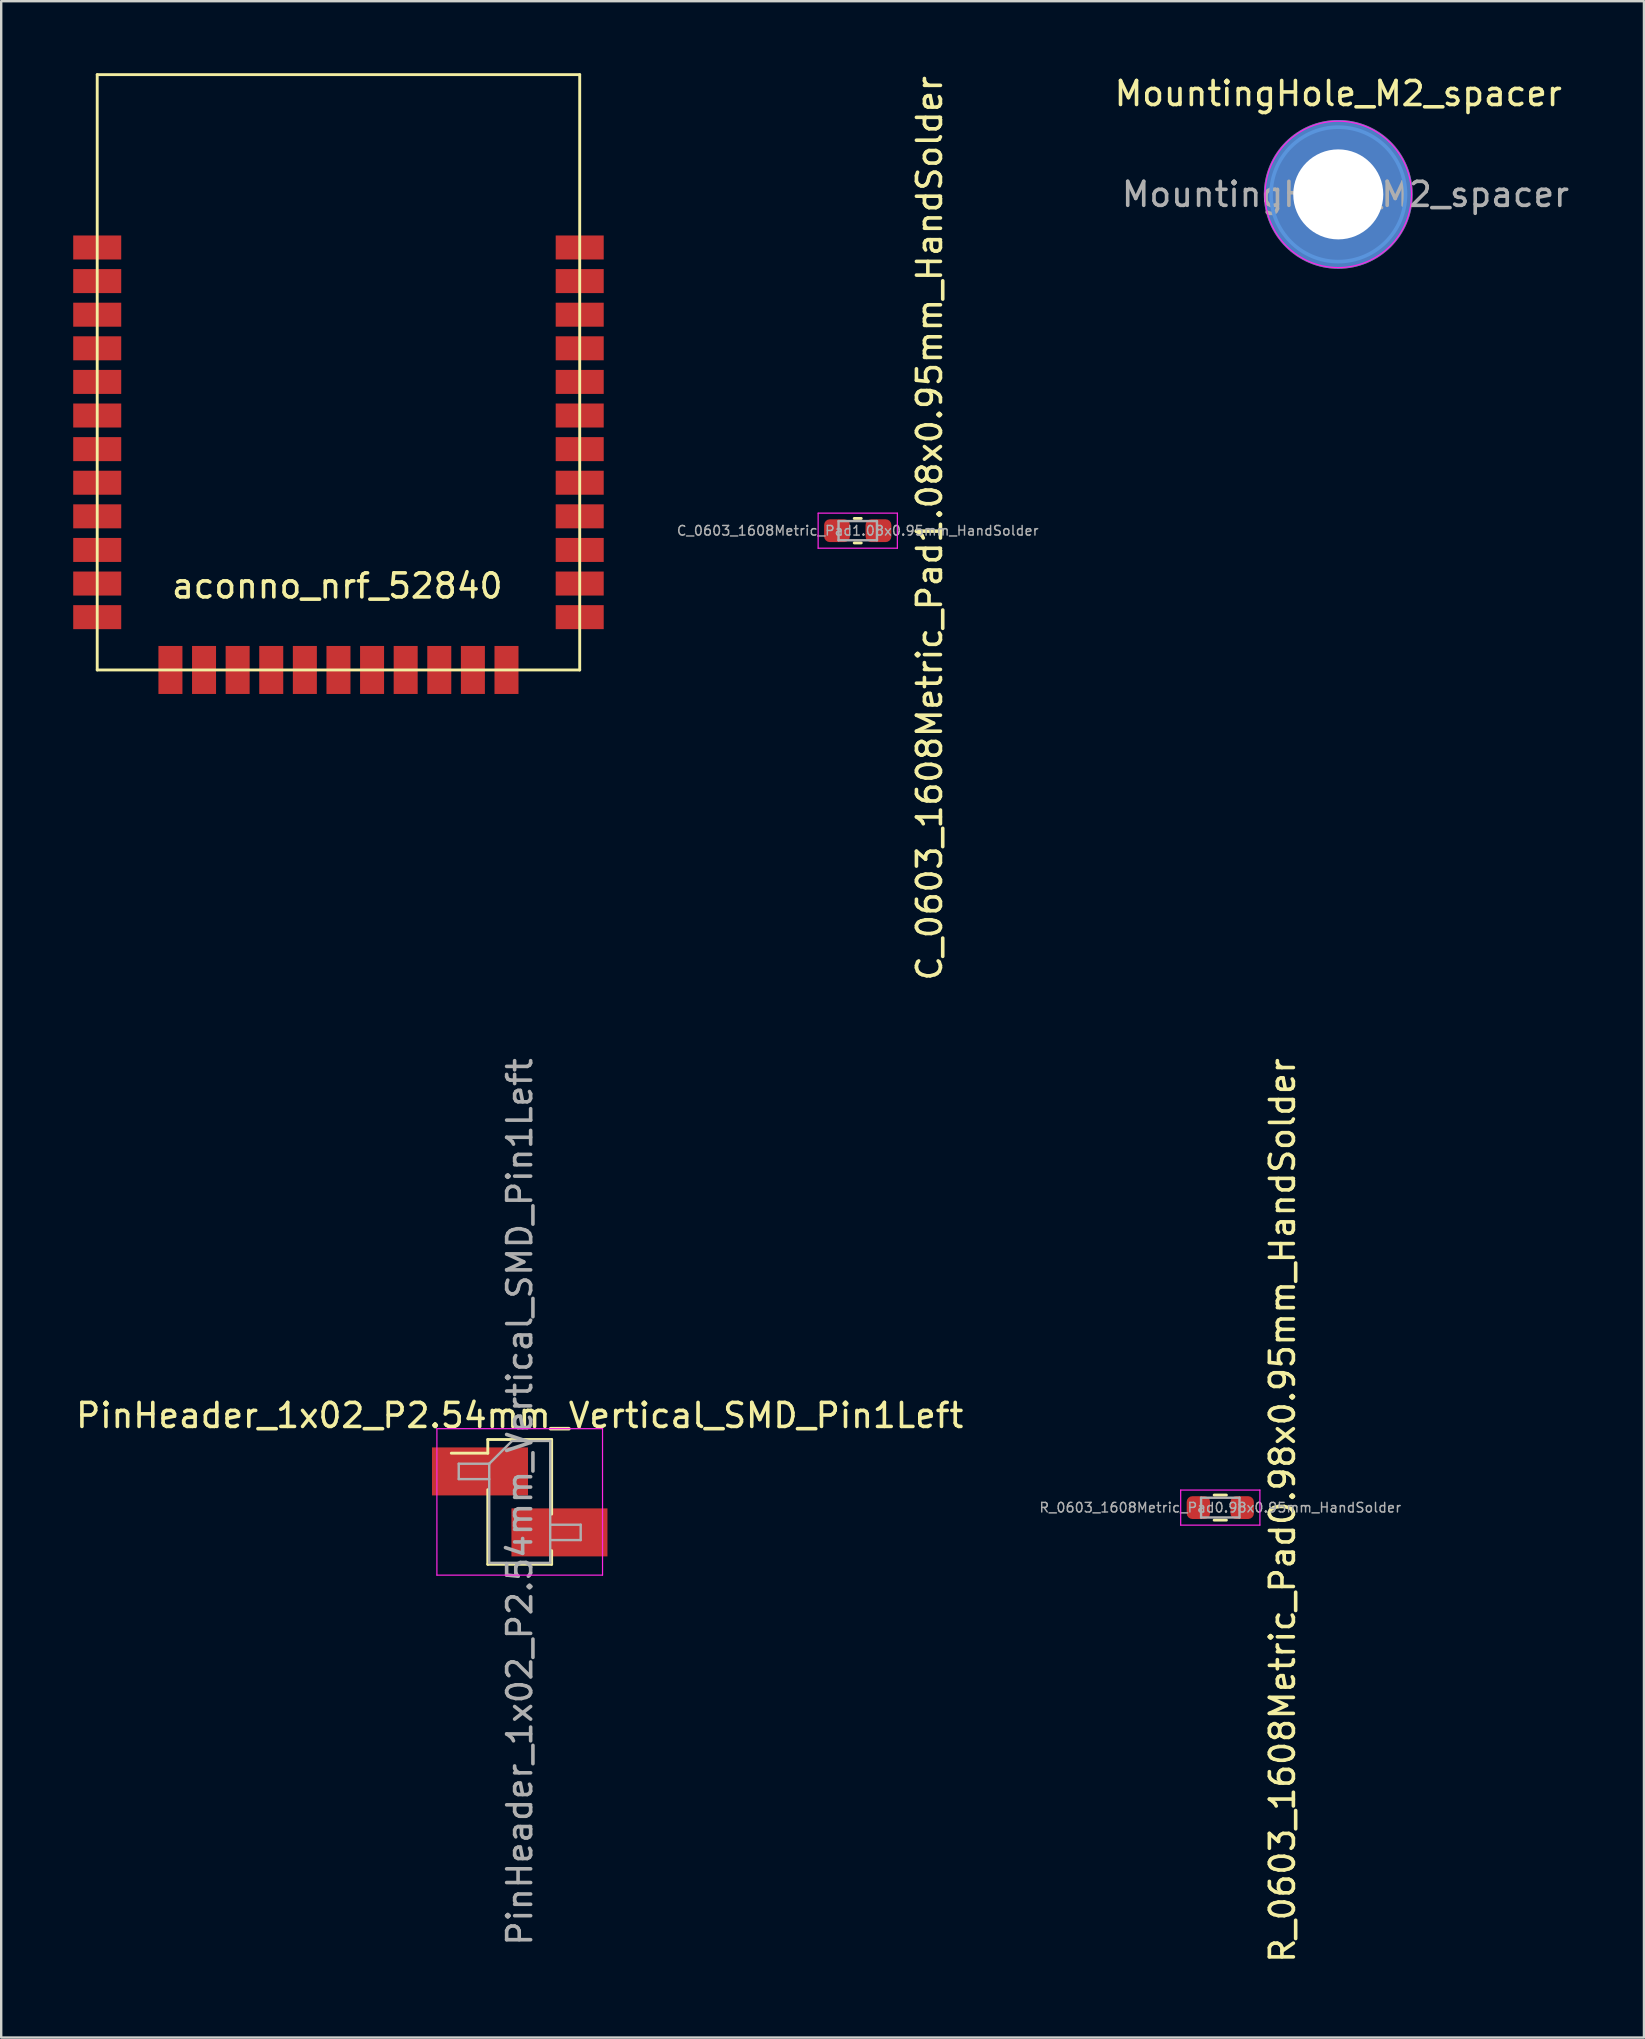
<source format=kicad_pcb>
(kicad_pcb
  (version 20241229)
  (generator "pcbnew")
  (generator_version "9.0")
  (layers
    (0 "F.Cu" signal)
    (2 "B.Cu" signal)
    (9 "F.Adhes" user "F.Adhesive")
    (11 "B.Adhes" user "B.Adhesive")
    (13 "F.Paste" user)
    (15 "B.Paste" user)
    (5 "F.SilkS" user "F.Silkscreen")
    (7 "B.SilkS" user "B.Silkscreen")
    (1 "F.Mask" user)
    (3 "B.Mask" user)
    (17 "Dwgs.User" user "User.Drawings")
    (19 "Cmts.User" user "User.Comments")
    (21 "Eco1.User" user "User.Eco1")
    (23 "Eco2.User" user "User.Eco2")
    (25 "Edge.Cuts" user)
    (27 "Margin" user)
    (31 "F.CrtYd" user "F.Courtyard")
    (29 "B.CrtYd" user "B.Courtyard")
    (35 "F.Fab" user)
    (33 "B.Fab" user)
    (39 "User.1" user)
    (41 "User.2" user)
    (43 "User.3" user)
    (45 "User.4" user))
  (footprint "aconno_nrf_52840"
    (layer "F.Cu")
    (at 11 20.86)
    (property "Reference" "aconno_nrf_52840" (at 0 0.5 180) (layer "F.SilkS") (effects (font (size 1 1) (thickness 0.15))))
    (attr through_hole)
    (fp_line (start -10 -20.8) (end -10 4) (stroke (width 0.12) (type solid)) (layer "F.SilkS"))
    (fp_line (start -10 4) (end 10.1 4) (stroke (width 0.12) (type solid)) (layer "F.SilkS"))
    (fp_line (start 10.1 -20.8) (end -10 -20.8) (stroke (width 0.12) (type solid)) (layer "F.SilkS"))
    (fp_line (start 10.1 4) (end 10.1 -20.8) (stroke (width 0.12) (type solid)) (layer "F.SilkS"))
    (pad "1" smd rect (at -10 -13.6 90) (size 1 2) (layers "F.Cu" "F.Mask" "F.Paste"))
    (pad "2" smd rect (at -10 -12.2 90) (size 1 2) (layers "F.Cu" "F.Mask" "F.Paste"))
    (pad "3" smd rect (at -10 -10.8 90) (size 1 2) (layers "F.Cu" "F.Mask" "F.Paste"))
    (pad "4" smd rect (at -10 -9.4 90) (size 1 2) (layers "F.Cu" "F.Mask" "F.Paste"))
    (pad "5" smd rect (at -10 -8 90) (size 1 2) (layers "F.Cu" "F.Mask" "F.Paste"))
    (pad "6" smd rect (at -10 -6.6 90) (size 1 2) (layers "F.Cu" "F.Mask" "F.Paste"))
    (pad "7" smd rect (at -10 -5.2 90) (size 1 2) (layers "F.Cu" "F.Mask" "F.Paste"))
    (pad "8" smd rect (at -10 -3.8 90) (size 1 2) (layers "F.Cu" "F.Mask" "F.Paste"))
    (pad "9" smd rect (at -10 -2.4 90) (size 1 2) (layers "F.Cu" "F.Mask" "F.Paste"))
    (pad "10" smd rect (at -10 -1 90) (size 1 2) (layers "F.Cu" "F.Mask" "F.Paste"))
    (pad "11" smd rect (at -10 0.4 90) (size 1 2) (layers "F.Cu" "F.Mask" "F.Paste"))
    (pad "12" smd rect (at -10 1.8 90) (size 1 2) (layers "F.Cu" "F.Mask" "F.Paste"))
    (pad "13" smd rect (at -6.95 4) (size 1 2) (layers "F.Cu" "F.Mask" "F.Paste"))
    (pad "14" smd rect (at -5.55 4) (size 1 2) (layers "F.Cu" "F.Mask" "F.Paste"))
    (pad "15" smd rect (at -4.15 4) (size 1 2) (layers "F.Cu" "F.Mask" "F.Paste"))
    (pad "16" smd rect (at -2.75 4) (size 1 2) (layers "F.Cu" "F.Mask" "F.Paste"))
    (pad "17" smd rect (at -1.35 4) (size 1 2) (layers "F.Cu" "F.Mask" "F.Paste"))
    (pad "18" smd rect (at 0.05 4) (size 1 2) (layers "F.Cu" "F.Mask" "F.Paste"))
    (pad "19" smd rect (at 1.45 4) (size 1 2) (layers "F.Cu" "F.Mask" "F.Paste"))
    (pad "20" smd rect (at 2.85 4) (size 1 2) (layers "F.Cu" "F.Mask" "F.Paste"))
    (pad "21" smd rect (at 4.25 4) (size 1 2) (layers "F.Cu" "F.Mask" "F.Paste"))
    (pad "22" smd rect (at 5.65 4) (size 1 2) (layers "F.Cu" "F.Mask" "F.Paste"))
    (pad "23" smd rect (at 7.05 4) (size 1 2) (layers "F.Cu" "F.Mask" "F.Paste"))
    (pad "24" smd rect (at 10.1 1.8 270) (size 1 2) (layers "F.Cu" "F.Mask" "F.Paste"))
    (pad "25" smd rect (at 10.1 0.4 270) (size 1 2) (layers "F.Cu" "F.Mask" "F.Paste"))
    (pad "26" smd rect (at 10.1 -1 270) (size 1 2) (layers "F.Cu" "F.Mask" "F.Paste"))
    (pad "27" smd rect (at 10.1 -2.4 270) (size 1 2) (layers "F.Cu" "F.Mask" "F.Paste"))
    (pad "28" smd rect (at 10.1 -3.8 270) (size 1 2) (layers "F.Cu" "F.Mask" "F.Paste"))
    (pad "29" smd rect (at 10.1 -5.2 270) (size 1 2) (layers "F.Cu" "F.Mask" "F.Paste"))
    (pad "30" smd rect (at 10.1 -6.6 270) (size 1 2) (layers "F.Cu" "F.Mask" "F.Paste"))
    (pad "31" smd rect (at 10.1 -8 270) (size 1 2) (layers "F.Cu" "F.Mask" "F.Paste"))
    (pad "32" smd rect (at 10.1 -9.4 270) (size 1 2) (layers "F.Cu" "F.Mask" "F.Paste"))
    (pad "33" smd rect (at 10.1 -10.8 270) (size 1 2) (layers "F.Cu" "F.Mask" "F.Paste"))
    (pad "34" smd rect (at 10.1 -12.2 270) (size 1 2) (layers "F.Cu" "F.Mask" "F.Paste"))
    (pad "35" smd rect (at 10.1 -13.6 270) (size 1 2) (layers "F.Cu" "F.Mask" "F.Paste")))
  (footprint "MountingHole_M2_spacer"
    (layer "F.Cu")
    (at 52.701 5.048)
    (property "Reference" "MountingHole_M2_spacer" (at 0 -4.2 0) (layer "F.SilkS") (effects (font (size 1 1) (thickness 0.15))))
    (attr exclude_from_pos_files exclude_from_bom)
    (fp_circle (center 0 0) (end 2.8 0) (stroke (width 0.15) (type solid)) (fill no) (layer "Cmts.User"))
    (fp_circle (center 0 0) (end 3.05 0) (stroke (width 0.05) (type solid)) (fill no) (layer "F.CrtYd"))
    (fp_text user "${REFERENCE}" (at 0.3 0 0) (layer "F.Fab") (effects (font (size 1 1) (thickness 0.15))))
    (pad "1" thru_hole circle (at 0 0) (size 6.2 6.2) (drill 3.75) (layers "*.Cu" "*.Mask")))
  (footprint "PinHeader_1x02_P2.54mm_Vertical_SMD_Pin1Left"
    (layer "F.Cu")
    (at 18.601 59.518)
    (property "Reference" "PinHeader_1x02_P2.54mm_Vertical_SMD_Pin1Left" (at 0 -3.6 180) (layer "F.SilkS") (effects (font (size 1 1) (thickness 0.15))))
    (attr smd)
    (fp_line (start -1.33 -2.6) (end -1.33 -2.03) (stroke (width 0.12) (type solid)) (layer "F.SilkS"))
    (fp_line (start -1.33 -2.6) (end 1.33 -2.6) (stroke (width 0.12) (type solid)) (layer "F.SilkS"))
    (fp_line (start -1.33 -2.03) (end -2.85 -2.03) (stroke (width 0.12) (type solid)) (layer "F.SilkS"))
    (fp_line (start -1.33 -0.51) (end -1.33 2.6) (stroke (width 0.12) (type solid)) (layer "F.SilkS"))
    (fp_line (start -1.33 2.6) (end 1.33 2.6) (stroke (width 0.12) (type solid)) (layer "F.SilkS"))
    (fp_line (start 1.33 -2.6) (end 1.33 0.51) (stroke (width 0.12) (type solid)) (layer "F.SilkS"))
    (fp_line (start 1.33 2.03) (end 1.33 2.6) (stroke (width 0.12) (type solid)) (layer "F.SilkS"))
    (fp_line (start -3.45 -3.05) (end -3.45 3.05) (stroke (width 0.05) (type solid)) (layer "F.CrtYd"))
    (fp_line (start -3.45 3.05) (end 3.45 3.05) (stroke (width 0.05) (type solid)) (layer "F.CrtYd"))
    (fp_line (start 3.45 -3.05) (end -3.45 -3.05) (stroke (width 0.05) (type solid)) (layer "F.CrtYd"))
    (fp_line (start 3.45 3.05) (end 3.45 -3.05) (stroke (width 0.05) (type solid)) (layer "F.CrtYd"))
    (fp_line (start -2.54 -1.59) (end -2.54 -0.95) (stroke (width 0.1) (type solid)) (layer "F.Fab"))
    (fp_line (start -2.54 -0.95) (end -1.27 -0.95) (stroke (width 0.1) (type solid)) (layer "F.Fab"))
    (fp_line (start -1.27 -1.59) (end -2.54 -1.59) (stroke (width 0.1) (type solid)) (layer "F.Fab"))
    (fp_line (start -1.27 -1.59) (end -0.32 -2.54) (stroke (width 0.1) (type solid)) (layer "F.Fab"))
    (fp_line (start -1.27 2.54) (end -1.27 -1.59) (stroke (width 0.1) (type solid)) (layer "F.Fab"))
    (fp_line (start -0.32 -2.54) (end 1.27 -2.54) (stroke (width 0.1) (type solid)) (layer "F.Fab"))
    (fp_line (start 1.27 -2.54) (end 1.27 2.54) (stroke (width 0.1) (type solid)) (layer "F.Fab"))
    (fp_line (start 1.27 0.95) (end 2.54 0.95) (stroke (width 0.1) (type solid)) (layer "F.Fab"))
    (fp_line (start 1.27 2.54) (end -1.27 2.54) (stroke (width 0.1) (type solid)) (layer "F.Fab"))
    (fp_line (start 2.54 0.95) (end 2.54 1.59) (stroke (width 0.1) (type solid)) (layer "F.Fab"))
    (fp_line (start 2.54 1.59) (end 1.27 1.59) (stroke (width 0.1) (type solid)) (layer "F.Fab"))
    (fp_text user "${REFERENCE}" (at 0 0 90) (layer "F.Fab") (effects (font (size 1 1) (thickness 0.15))))
    (pad "1" smd rect (at -1.655 -1.27) (size 4 2) (layers "F.Cu" "F.Mask" "F.Paste"))
    (pad "2" smd rect (at 1.655 1.27) (size 4 2) (layers "F.Cu" "F.Mask" "F.Paste")))
  (footprint "R_0603_1608Metric_Pad0.98x0.95mm_HandSolder"
    (layer "F.Cu")
    (at 47.786 59.755)
    (property "Reference" "R_0603_1608Metric_Pad0.98x0.95mm_HandSolder" (at 2.59 0.12 90) (layer "F.SilkS") (effects (font (size 1 1) (thickness 0.15))))
    (attr smd)
    (fp_line (start -0.255 -0.522) (end 0.255 -0.522) (stroke (width 0.12) (type solid)) (layer "F.SilkS"))
    (fp_line (start -0.255 0.522) (end 0.255 0.522) (stroke (width 0.12) (type solid)) (layer "F.SilkS"))
    (fp_line (start -1.65 -0.73) (end 1.65 -0.73) (stroke (width 0.05) (type solid)) (layer "F.CrtYd"))
    (fp_line (start -1.65 0.73) (end -1.65 -0.73) (stroke (width 0.05) (type solid)) (layer "F.CrtYd"))
    (fp_line (start 1.65 -0.73) (end 1.65 0.73) (stroke (width 0.05) (type solid)) (layer "F.CrtYd"))
    (fp_line (start 1.65 0.73) (end -1.65 0.73) (stroke (width 0.05) (type solid)) (layer "F.CrtYd"))
    (fp_line (start -0.8 -0.412) (end 0.8 -0.412) (stroke (width 0.1) (type solid)) (layer "F.Fab"))
    (fp_line (start -0.8 0.412) (end -0.8 -0.412) (stroke (width 0.1) (type solid)) (layer "F.Fab"))
    (fp_line (start 0.8 -0.412) (end 0.8 0.412) (stroke (width 0.1) (type solid)) (layer "F.Fab"))
    (fp_line (start 0.8 0.412) (end -0.8 0.412) (stroke (width 0.1) (type solid)) (layer "F.Fab"))
    (fp_text user "${REFERENCE}" (at 0 0 0) (layer "F.Fab") (effects (font (size 0.4 0.4) (thickness 0.06))))
    (pad "1" smd roundrect (at -0.912 0) (size 0.975 0.95) (layers "F.Cu" "F.Mask" "F.Paste") (roundrect_rratio 0.25))
    (pad "2" smd roundrect (at 0.912 0) (size 0.975 0.95) (layers "F.Cu" "F.Mask" "F.Paste") (roundrect_rratio 0.25)))
  (footprint "C_0603_1608Metric_Pad1.08x0.95mm_HandSolder"
    (layer "F.Cu")
    (at 32.683 19.058)
    (property "Reference" "C_0603_1608Metric_Pad1.08x0.95mm_HandSolder" (at 2.99 -0.1 90) (layer "F.SilkS") (effects (font (size 1 1) (thickness 0.15))))
    (attr smd)
    (fp_line (start -0.146 -0.51) (end 0.146 -0.51) (stroke (width 0.12) (type solid)) (layer "F.SilkS"))
    (fp_line (start -0.146 0.51) (end 0.146 0.51) (stroke (width 0.12) (type solid)) (layer "F.SilkS"))
    (fp_line (start -1.65 -0.73) (end 1.65 -0.73) (stroke (width 0.05) (type solid)) (layer "F.CrtYd"))
    (fp_line (start -1.65 0.73) (end -1.65 -0.73) (stroke (width 0.05) (type solid)) (layer "F.CrtYd"))
    (fp_line (start 1.65 -0.73) (end 1.65 0.73) (stroke (width 0.05) (type solid)) (layer "F.CrtYd"))
    (fp_line (start 1.65 0.73) (end -1.65 0.73) (stroke (width 0.05) (type solid)) (layer "F.CrtYd"))
    (fp_line (start -0.8 -0.4) (end 0.8 -0.4) (stroke (width 0.1) (type solid)) (layer "F.Fab"))
    (fp_line (start -0.8 0.4) (end -0.8 -0.4) (stroke (width 0.1) (type solid)) (layer "F.Fab"))
    (fp_line (start 0.8 -0.4) (end 0.8 0.4) (stroke (width 0.1) (type solid)) (layer "F.Fab"))
    (fp_line (start 0.8 0.4) (end -0.8 0.4) (stroke (width 0.1) (type solid)) (layer "F.Fab"))
    (fp_text user "${REFERENCE}" (at 0 0 180) (layer "F.Fab") (effects (font (size 0.4 0.4) (thickness 0.06))))
    (pad "1" smd roundrect (at -0.863 0) (size 1.075 0.95) (layers "F.Cu" "F.Mask" "F.Paste") (roundrect_rratio 0.25))
    (pad "2" smd roundrect (at 0.863 0) (size 1.075 0.95) (layers "F.Cu" "F.Mask" "F.Paste") (roundrect_rratio 0.25)))
  (gr_rect
    (start -3 -3)
    (end 65.436 81.833)
    (stroke (width 0.1) (type default))
    (fill no)
    (layer "Edge.Cuts")))
</source>
